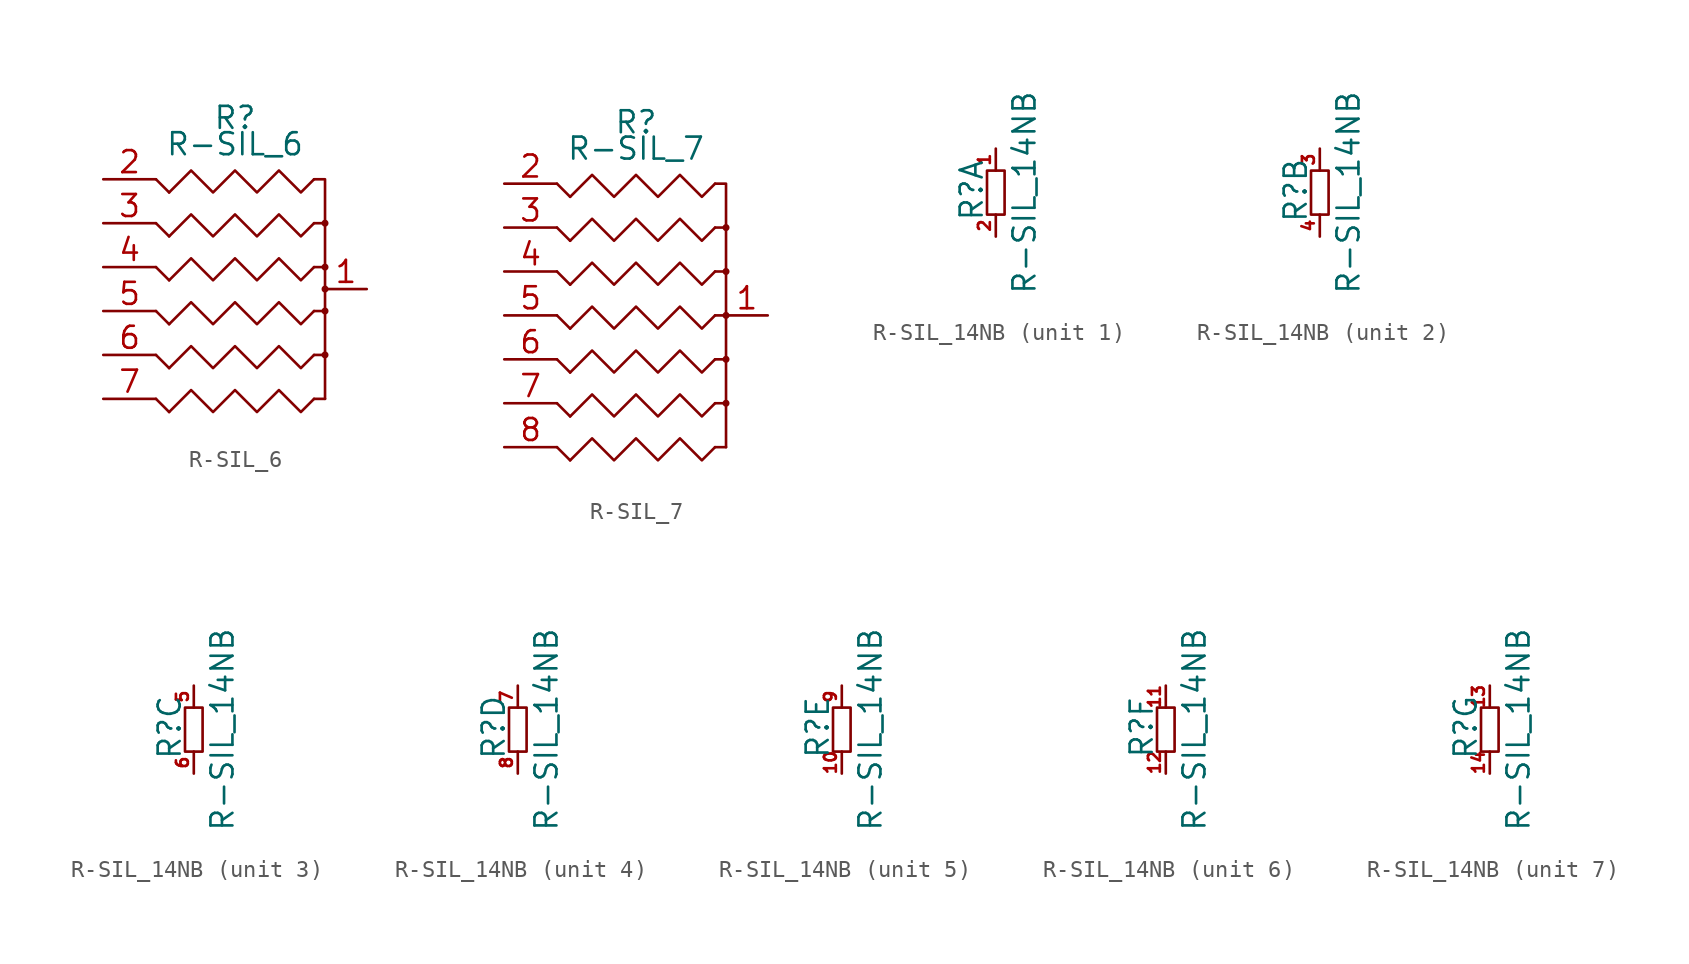
<source format=kicad_sym>
(kicad_symbol_lib
  (version 20220914)
  (generator kicad_symbol_editor)
  (symbol "R-SIL_6"
    (pin_names
      (offset 0) hide)
    (property "Reference" "R"
      (at 0 9.906 0)
      (effects (font (size 1.27 1.27))))
    (property "Value" "R-SIL_6"
      (at 0 8.382 0)
      (effects (font (size 1.27 1.27))))
    (property "Footprint" ""
      (at 0 0 0)
      (effects (font (size 1.524 1.524))))
    (property "Datasheet" ""
      (at 0 0 0)
      (effects (font (size 1.524 1.524))))
    (symbol "R-SIL_6_0_1"
      (polyline (pts (xy 5.207 -1.27) (xy 5.207 -6.35)) (stroke (width 0) (type solid)) (fill (type none)))
      (polyline (pts (xy -3.81 -7.112) (xy -4.572 -6.35) (xy -4.572 -6.35)) (stroke (width 0) (type solid)) (fill (type none)))
      (polyline (pts (xy -3.81 -4.572) (xy -4.572 -3.81) (xy -4.572 -3.81)) (stroke (width 0) (type solid)) (fill (type none)))
      (polyline (pts (xy -3.81 -2.032) (xy -4.572 -1.27) (xy -4.572 -1.27)) (stroke (width 0) (type solid)) (fill (type none)))
      (polyline (pts (xy -3.81 0.508) (xy -4.572 1.27) (xy -4.572 1.27)) (stroke (width 0) (type solid)) (fill (type none)))
      (polyline (pts (xy -3.81 3.048) (xy -4.572 3.81) (xy -4.572 3.81)) (stroke (width 0) (type solid)) (fill (type none)))
      (polyline (pts (xy -3.81 5.588) (xy -4.572 6.35) (xy -4.572 6.35)) (stroke (width 0) (type solid)) (fill (type none)))
      (polyline (pts (xy 4.572 -6.35) (xy 5.207 -6.35) (xy 5.207 -6.35)) (stroke (width 0) (type solid)) (fill (type none)))
      (polyline (pts (xy 4.572 -3.81) (xy 5.207 -3.81) (xy 5.207 -3.81)) (stroke (width 0) (type solid)) (fill (type none)))
      (polyline (pts (xy 4.572 1.27) (xy 5.207 1.27) (xy 5.207 1.27)) (stroke (width 0) (type solid)) (fill (type none)))
      (polyline (pts (xy 4.572 3.81) (xy 5.207 3.81) (xy 5.207 3.81)) (stroke (width 0) (type solid)) (fill (type none)))
      (polyline (pts (xy 4.572 -1.27) (xy 5.207 -1.27) (xy 5.207 6.35) (xy 4.572 6.35) (xy 4.572 6.35)) (stroke (width 0) (type solid)) (fill (type none)))
      (polyline (pts (xy -3.81 -7.112) (xy -2.54 -5.842) (xy -1.27 -7.112) (xy 0 -5.842) (xy 1.27 -7.112) (xy 2.54 -5.842) (xy 3.81 -7.112) (xy 4.572 -6.35) (xy 4.572 -6.35)) (stroke (width 0) (type solid)) (fill (type none)))
      (polyline (pts (xy -3.81 -4.572) (xy -2.54 -3.302) (xy -1.27 -4.572) (xy 0 -3.302) (xy 1.27 -4.572) (xy 2.54 -3.302) (xy 3.81 -4.572) (xy 4.572 -3.81) (xy 4.572 -3.81)) (stroke (width 0) (type solid)) (fill (type none)))
      (polyline (pts (xy -3.81 -2.032) (xy -2.54 -0.762) (xy -1.27 -2.032) (xy 0 -0.762) (xy 1.27 -2.032) (xy 2.54 -0.762) (xy 3.81 -2.032) (xy 4.572 -1.27) (xy 4.572 -1.27)) (stroke (width 0) (type solid)) (fill (type none)))
      (polyline (pts (xy -3.81 0.508) (xy -2.54 1.778) (xy -1.27 0.508) (xy 0 1.778) (xy 1.27 0.508) (xy 2.54 1.778) (xy 3.81 0.508) (xy 4.572 1.27) (xy 4.572 1.27)) (stroke (width 0) (type solid)) (fill (type none)))
      (polyline (pts (xy -3.81 3.048) (xy -2.54 4.318) (xy -1.27 3.048) (xy 0 4.318) (xy 1.27 3.048) (xy 2.54 4.318) (xy 3.81 3.048) (xy 4.572 3.81) (xy 4.572 3.81)) (stroke (width 0) (type solid)) (fill (type none)))
      (polyline (pts (xy -3.81 5.588) (xy -2.54 6.858) (xy -1.27 5.588) (xy 0 6.858) (xy 1.27 5.588) (xy 2.54 6.858) (xy 3.81 5.588) (xy 4.572 6.35) (xy 4.572 6.35)) (stroke (width 0) (type solid)) (fill (type none)))
      (circle (center 5.207 -3.81) (radius 0.127) (stroke (width 0) (type solid)) (fill (type none)))
      (circle (center 5.207 -1.27) (radius 0.127) (stroke (width 0) (type solid)) (fill (type none)))
      (circle (center 5.207 0) (radius 0.127) (stroke (width 0) (type solid)) (fill (type none)))
      (circle (center 5.207 1.27) (radius 0.127) (stroke (width 0) (type solid)) (fill (type none)))
      (circle (center 5.207 3.81) (radius 0.127) (stroke (width 0) (type solid)) (fill (type none))))
    (symbol "R-SIL_6_1_1"
      (pin passive line (at 7.62 0 180) (length 2.413) (name "~" (effects (font (size 1.27 1.27)))) (number "1" (effects (font (size 1.27 1.27)))))
      (pin passive line (at -7.62 6.35 0) (length 3.048) (name "~" (effects (font (size 1.27 1.27)))) (number "2" (effects (font (size 1.27 1.27)))))
      (pin passive line (at -7.62 3.81 0) (length 3.048) (name "~" (effects (font (size 1.27 1.27)))) (number "3" (effects (font (size 1.27 1.27)))))
      (pin passive line (at -7.62 1.27 0) (length 3.048) (name "~" (effects (font (size 1.27 1.27)))) (number "4" (effects (font (size 1.27 1.27)))))
      (pin passive line (at -7.62 -1.27 0) (length 3.048) (name "~" (effects (font (size 1.27 1.27)))) (number "5" (effects (font (size 1.27 1.27)))))
      (pin passive line (at -7.62 -3.81 0) (length 3.048) (name "~" (effects (font (size 1.27 1.27)))) (number "6" (effects (font (size 1.27 1.27)))))
      (pin passive line (at -7.62 -6.35 0) (length 3.048) (name "~" (effects (font (size 1.27 1.27)))) (number "7" (effects (font (size 1.27 1.27)))))))
  (symbol "R-SIL_7"
    (pin_names
      (offset 0) hide)
    (property "Reference" "R"
      (at 0 11.176 0)
      (effects (font (size 1.27 1.27))))
    (property "Value" "R-SIL_7"
      (at 0 9.652 0)
      (effects (font (size 1.27 1.27))))
    (property "Footprint" ""
      (at 0 0 0)
      (effects (font (size 1.524 1.524))))
    (property "Datasheet" ""
      (at 0 0 0)
      (effects (font (size 1.524 1.524))))
    (symbol "R-SIL_7_0_1"
      (polyline (pts (xy 5.207 0) (xy 5.207 -7.62)) (stroke (width 0) (type solid)) (fill (type none)))
      (polyline (pts (xy -3.81 -8.382) (xy -4.572 -7.62) (xy -4.572 -7.62)) (stroke (width 0) (type solid)) (fill (type none)))
      (polyline (pts (xy -3.81 -5.842) (xy -4.572 -5.08) (xy -4.572 -5.08)) (stroke (width 0) (type solid)) (fill (type none)))
      (polyline (pts (xy -3.81 -3.302) (xy -4.572 -2.54) (xy -4.572 -2.54)) (stroke (width 0) (type solid)) (fill (type none)))
      (polyline (pts (xy -3.81 -0.762) (xy -4.572 0) (xy -4.572 0)) (stroke (width 0) (type solid)) (fill (type none)))
      (polyline (pts (xy -3.81 1.778) (xy -4.572 2.54) (xy -4.572 2.54)) (stroke (width 0) (type solid)) (fill (type none)))
      (polyline (pts (xy -3.81 4.318) (xy -4.572 5.08) (xy -4.572 5.08)) (stroke (width 0) (type solid)) (fill (type none)))
      (polyline (pts (xy -3.81 6.858) (xy -4.572 7.62) (xy -4.572 7.62)) (stroke (width 0) (type solid)) (fill (type none)))
      (polyline (pts (xy 4.572 -7.62) (xy 5.207 -7.62) (xy 5.207 -7.62)) (stroke (width 0) (type solid)) (fill (type none)))
      (polyline (pts (xy 4.572 -5.08) (xy 5.207 -5.08) (xy 5.207 -5.08)) (stroke (width 0) (type solid)) (fill (type none)))
      (polyline (pts (xy 4.572 -2.54) (xy 5.207 -2.54) (xy 5.207 -2.54)) (stroke (width 0) (type solid)) (fill (type none)))
      (polyline (pts (xy 4.572 2.54) (xy 5.207 2.54) (xy 5.207 2.54)) (stroke (width 0) (type solid)) (fill (type none)))
      (polyline (pts (xy 4.572 5.08) (xy 5.207 5.08) (xy 5.207 5.08)) (stroke (width 0) (type solid)) (fill (type none)))
      (polyline (pts (xy 4.572 0) (xy 5.207 0) (xy 5.207 7.62) (xy 4.572 7.62) (xy 4.572 7.62)) (stroke (width 0) (type solid)) (fill (type none)))
      (polyline (pts (xy -3.81 -8.382) (xy -2.54 -7.112) (xy -1.27 -8.382) (xy 0 -7.112) (xy 1.27 -8.382) (xy 2.54 -7.112) (xy 3.81 -8.382) (xy 4.572 -7.62) (xy 4.572 -7.62)) (stroke (width 0) (type solid)) (fill (type none)))
      (polyline (pts (xy -3.81 -5.842) (xy -2.54 -4.572) (xy -1.27 -5.842) (xy 0 -4.572) (xy 1.27 -5.842) (xy 2.54 -4.572) (xy 3.81 -5.842) (xy 4.572 -5.08) (xy 4.572 -5.08)) (stroke (width 0) (type solid)) (fill (type none)))
      (polyline (pts (xy -3.81 -3.302) (xy -2.54 -2.032) (xy -1.27 -3.302) (xy 0 -2.032) (xy 1.27 -3.302) (xy 2.54 -2.032) (xy 3.81 -3.302) (xy 4.572 -2.54) (xy 4.572 -2.54)) (stroke (width 0) (type solid)) (fill (type none)))
      (polyline (pts (xy -3.81 -0.762) (xy -2.54 0.508) (xy -1.27 -0.762) (xy 0 0.508) (xy 1.27 -0.762) (xy 2.54 0.508) (xy 3.81 -0.762) (xy 4.572 0) (xy 4.572 0)) (stroke (width 0) (type solid)) (fill (type none)))
      (polyline (pts (xy -3.81 1.778) (xy -2.54 3.048) (xy -1.27 1.778) (xy 0 3.048) (xy 1.27 1.778) (xy 2.54 3.048) (xy 3.81 1.778) (xy 4.572 2.54) (xy 4.572 2.54)) (stroke (width 0) (type solid)) (fill (type none)))
      (polyline (pts (xy -3.81 4.318) (xy -2.54 5.588) (xy -1.27 4.318) (xy 0 5.588) (xy 1.27 4.318) (xy 2.54 5.588) (xy 3.81 4.318) (xy 4.572 5.08) (xy 4.572 5.08)) (stroke (width 0) (type solid)) (fill (type none)))
      (polyline (pts (xy -3.81 6.858) (xy -2.54 8.128) (xy -1.27 6.858) (xy 0 8.128) (xy 1.27 6.858) (xy 2.54 8.128) (xy 3.81 6.858) (xy 4.572 7.62) (xy 4.572 7.62)) (stroke (width 0) (type solid)) (fill (type none)))
      (circle (center 5.207 -5.08) (radius 0.127) (stroke (width 0) (type solid)) (fill (type none)))
      (circle (center 5.207 -2.54) (radius 0.127) (stroke (width 0) (type solid)) (fill (type none)))
      (circle (center 5.207 0) (radius 0.127) (stroke (width 0) (type solid)) (fill (type none)))
      (circle (center 5.207 2.54) (radius 0.127) (stroke (width 0) (type solid)) (fill (type none)))
      (circle (center 5.207 5.08) (radius 0.127) (stroke (width 0) (type solid)) (fill (type none))))
    (symbol "R-SIL_7_1_1"
      (pin passive line (at 7.62 0 180) (length 2.413) (name "~" (effects (font (size 1.27 1.27)))) (number "1" (effects (font (size 1.27 1.27)))))
      (pin passive line (at -7.62 7.62 0) (length 3.048) (name "~" (effects (font (size 1.27 1.27)))) (number "2" (effects (font (size 1.27 1.27)))))
      (pin passive line (at -7.62 5.08 0) (length 3.048) (name "~" (effects (font (size 1.27 1.27)))) (number "3" (effects (font (size 1.27 1.27)))))
      (pin passive line (at -7.62 2.54 0) (length 3.048) (name "~" (effects (font (size 1.27 1.27)))) (number "4" (effects (font (size 1.27 1.27)))))
      (pin passive line (at -7.62 0 0) (length 3.048) (name "~" (effects (font (size 1.27 1.27)))) (number "5" (effects (font (size 1.27 1.27)))))
      (pin passive line (at -7.62 -2.54 0) (length 3.048) (name "~" (effects (font (size 1.27 1.27)))) (number "6" (effects (font (size 1.27 1.27)))))
      (pin passive line (at -7.62 -5.08 0) (length 3.048) (name "~" (effects (font (size 1.27 1.27)))) (number "7" (effects (font (size 1.27 1.27)))))
      (pin passive line (at -7.62 -7.62 0) (length 3.048) (name "~" (effects (font (size 1.27 1.27)))) (number "8" (effects (font (size 1.27 1.27)))))))
  (symbol "R-SIL_14NB"
    (pin_names
      (offset 0) hide)
    (property "Reference" "R"
      (at -1.397 0.127 90)
      (effects (font (size 1.27 1.27))))
    (property "Value" "R-SIL_14NB"
      (at 1.651 0 90)
      (effects (font (size 1.27 1.27))))
    (property "Footprint" ""
      (at 0 0 0)
      (effects (font (size 1.524 1.524))))
    (property "Datasheet" ""
      (at 0 0 0)
      (effects (font (size 1.524 1.524))))
    (symbol "R-SIL_14NB_0_1"
      (rectangle (start 0.508 1.27) (end -0.508 -1.27) (stroke (width 0) (type solid)) (fill (type none))))
    (symbol "R-SIL_14NB_1_1"
      (pin passive line (at 0 2.54 270) (length 1.27) (name "~" (effects (font (size 0.686 0.686)))) (number "1" (effects (font (size 0.686 0.686)))))
      (pin passive line (at 0 -2.54 90) (length 1.27) (name "~" (effects (font (size 1.524 1.524)))) (number "2" (effects (font (size 0.686 0.686))))))
    (symbol "R-SIL_14NB_2_1"
      (pin passive line (at 0 2.54 270) (length 1.27) (name "~" (effects (font (size 0.686 0.686)))) (number "3" (effects (font (size 0.686 0.686)))))
      (pin passive line (at 0 -2.54 90) (length 1.27) (name "~" (effects (font (size 1.524 1.524)))) (number "4" (effects (font (size 0.686 0.686))))))
    (symbol "R-SIL_14NB_3_1"
      (pin passive line (at 0 2.54 270) (length 1.27) (name "~" (effects (font (size 0.686 0.686)))) (number "5" (effects (font (size 0.686 0.686)))))
      (pin passive line (at 0 -2.54 90) (length 1.27) (name "~" (effects (font (size 1.524 1.524)))) (number "6" (effects (font (size 0.686 0.686))))))
    (symbol "R-SIL_14NB_4_1"
      (pin passive line (at 0 2.54 270) (length 1.27) (name "~" (effects (font (size 0.686 0.686)))) (number "7" (effects (font (size 0.686 0.686)))))
      (pin passive line (at 0 -2.54 90) (length 1.27) (name "~" (effects (font (size 1.524 1.524)))) (number "8" (effects (font (size 0.686 0.686))))))
    (symbol "R-SIL_14NB_5_1"
      (pin passive line (at 0 -2.54 90) (length 1.27) (name "~" (effects (font (size 1.524 1.524)))) (number "10" (effects (font (size 0.686 0.686)))))
      (pin passive line (at 0 2.54 270) (length 1.27) (name "~" (effects (font (size 0.686 0.686)))) (number "9" (effects (font (size 0.686 0.686))))))
    (symbol "R-SIL_14NB_6_1"
      (pin passive line (at 0 2.54 270) (length 1.27) (name "~" (effects (font (size 0.686 0.686)))) (number "11" (effects (font (size 0.686 0.686)))))
      (pin passive line (at 0 -2.54 90) (length 1.27) (name "~" (effects (font (size 1.524 1.524)))) (number "12" (effects (font (size 0.686 0.686))))))
    (symbol "R-SIL_14NB_7_1"
      (pin passive line (at 0 2.54 270) (length 1.27) (name "~" (effects (font (size 0.686 0.686)))) (number "13" (effects (font (size 0.686 0.686)))))
      (pin passive line (at 0 -2.54 90) (length 1.27) (name "~" (effects (font (size 1.524 1.524)))) (number "14" (effects (font (size 0.686 0.686))))))))
</source>
